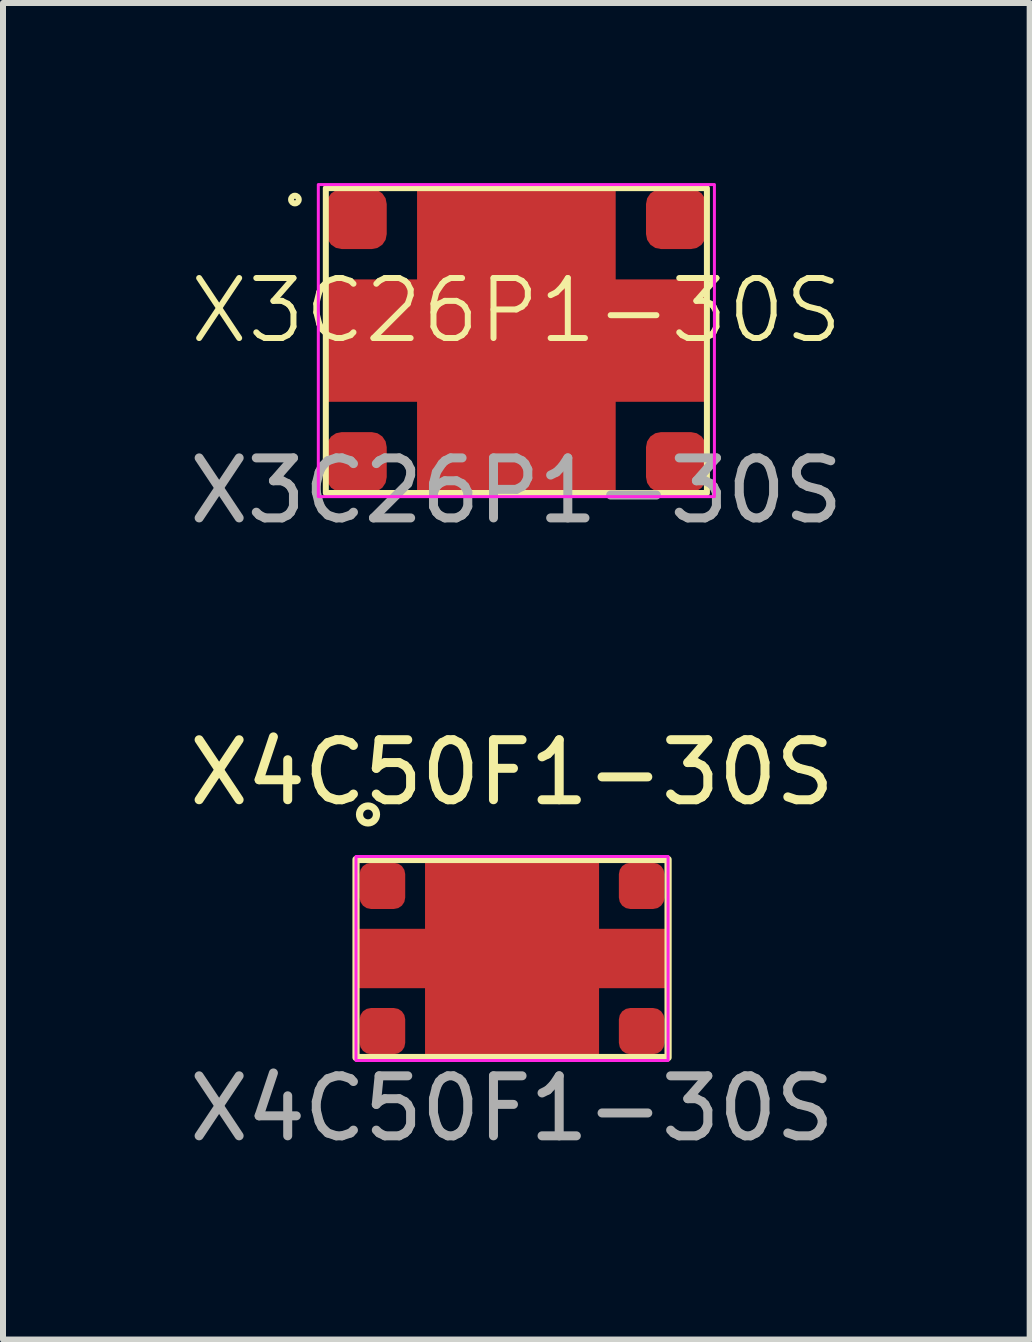
<source format=kicad_pcb>
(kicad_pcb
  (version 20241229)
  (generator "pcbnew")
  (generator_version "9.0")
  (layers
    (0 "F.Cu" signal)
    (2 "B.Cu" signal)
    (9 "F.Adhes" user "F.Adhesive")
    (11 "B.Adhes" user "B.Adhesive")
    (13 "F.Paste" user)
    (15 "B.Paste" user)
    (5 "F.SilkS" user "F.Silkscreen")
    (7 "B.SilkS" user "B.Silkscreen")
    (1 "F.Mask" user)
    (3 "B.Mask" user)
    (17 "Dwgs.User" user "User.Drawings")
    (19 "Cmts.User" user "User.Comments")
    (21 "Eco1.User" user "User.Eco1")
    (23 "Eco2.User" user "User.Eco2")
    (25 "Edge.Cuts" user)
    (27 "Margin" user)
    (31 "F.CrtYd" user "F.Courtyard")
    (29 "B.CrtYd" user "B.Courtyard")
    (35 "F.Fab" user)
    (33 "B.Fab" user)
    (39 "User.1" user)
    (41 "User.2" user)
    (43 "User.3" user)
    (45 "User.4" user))
  (footprint "X4C50F1-30S"
    (layer "F.Cu")
    (at 5.482 12.921)
    (property "Reference" "X4C50F1-30S" (at 0 -3.1 0) (unlocked yes) (layer "F.SilkS") (effects (font (size 1 1) (thickness 0.15))))
    (attr smd)
    (fp_rect (start -2.6 -1.65) (end 2.6 1.65) (stroke (width 0.12) (type default)) (fill no) (layer "F.SilkS"))
    (fp_circle (center -2.4 -2.4) (end -2.3 -2.3) (stroke (width 0.12) (type default)) (fill no) (layer "F.SilkS"))
    (fp_rect (start -2.6 -1.7) (end 2.6 1.7) (stroke (width 0.05) (type default)) (fill no) (layer "F.CrtYd"))
    (fp_text user "${REFERENCE}" (at 0 2.5 0) (unlocked yes) (layer "F.Fab") (effects (font (size 1 1) (thickness 0.15))))
    (pad "1" smd roundrect (at -2.16 -1.21) (size 0.76 0.77) (layers "F.Cu" "F.Mask" "F.Paste") (roundrect_rratio 0.25))
    (pad "2" smd roundrect (at 2.16 -1.21) (size 0.76 0.77) (layers "F.Cu" "F.Mask" "F.Paste") (roundrect_rratio 0.25))
    (pad "3" smd roundrect (at 2.16 1.21) (size 0.76 0.77) (layers "F.Cu" "F.Mask" "F.Paste") (roundrect_rratio 0.25))
    (pad "4" smd roundrect (at -2.16 1.21) (size 0.76 0.77) (layers "F.Cu" "F.Mask" "F.Paste") (roundrect_rratio 0.25))
    (pad "5" smd custom (at 0 0) (size 0.76 0.77) (layers "F.Cu" "F.Mask" "F.Paste") (options (anchor rect)) (primitives (gr_poly (pts (xy -2.54 -0.445) (xy -1.4 -0.445) (xy -1.4 -1.59) (xy 1.4 -1.59) (xy 1.4 -0.445) (xy 2.54 -0.445) (xy 2.54 0.445) (xy 1.4 0.445) (xy 1.4 1.59) (xy -1.4 1.59) (xy -1.4 0.445) (xy -2.54 0.445)) (width 0.1) (fill yes)))))
  (footprint "X3C26P1-30S"
    (layer "F.Cu")
    (at 5.554 2.625)
    (property "Reference" "X3C26P1-30S" (at 0 -0.5 0) (unlocked yes) (layer "F.SilkS") (effects (font (size 1 1) (thickness 0.1))))
    (attr smd)
    (fp_rect (start -3.175 -2.54) (end 3.175 2.54) (stroke (width 0.1) (type default)) (fill no) (layer "F.SilkS"))
    (fp_circle (center -3.69 -2.35) (end -3.65 -2.3) (stroke (width 0.1) (type default)) (fill no) (layer "F.SilkS"))
    (fp_rect (start -3.3 -2.6) (end 3.3 2.6) (stroke (width 0.05) (type default)) (fill no) (layer "F.CrtYd"))
    (fp_text user "${REFERENCE}" (at 0 2.5 0) (unlocked yes) (layer "F.Fab") (effects (font (size 1 1) (thickness 0.15))))
    (pad "1" smd roundrect (at -2.66 -2.025) (size 1 1) (layers "F.Cu" "F.Mask" "F.Paste") (roundrect_rratio 0.25))
    (pad "2" smd roundrect (at 2.66 -2.025) (size 1 1) (layers "F.Cu" "F.Mask" "F.Paste") (roundrect_rratio 0.25))
    (pad "3" smd roundrect (at 2.66 2.025) (size 1 1) (layers "F.Cu" "F.Mask" "F.Paste") (roundrect_rratio 0.25))
    (pad "4" smd roundrect (at -2.66 2.025) (size 1 1) (layers "F.Cu" "F.Mask" "F.Paste") (roundrect_rratio 0.25))
    (pad "5" smd custom (at 0 0) (size 1 0.86) (layers "F.Cu" "F.Mask" "F.Paste") (options (anchor rect)) (primitives (gr_poly (pts (xy -3.175 -1.015) (xy -1.65 -1.015) (xy -1.65 -2.54) (xy 1.65 -2.54) (xy 1.65 -1.015) (xy 3.175 -1.015) (xy 3.175 1.015) (xy 1.65 1.015) (xy 1.65 2.54) (xy -1.65 2.54) (xy -1.65 1.015) (xy -3.175 1.015)) (width 0.01) (fill yes)))))
  (gr_rect
    (start -3 -3)
    (end 14.107 19.27)
    (stroke (width 0.1) (type default))
    (fill no)
    (layer "Edge.Cuts")))
</source>
